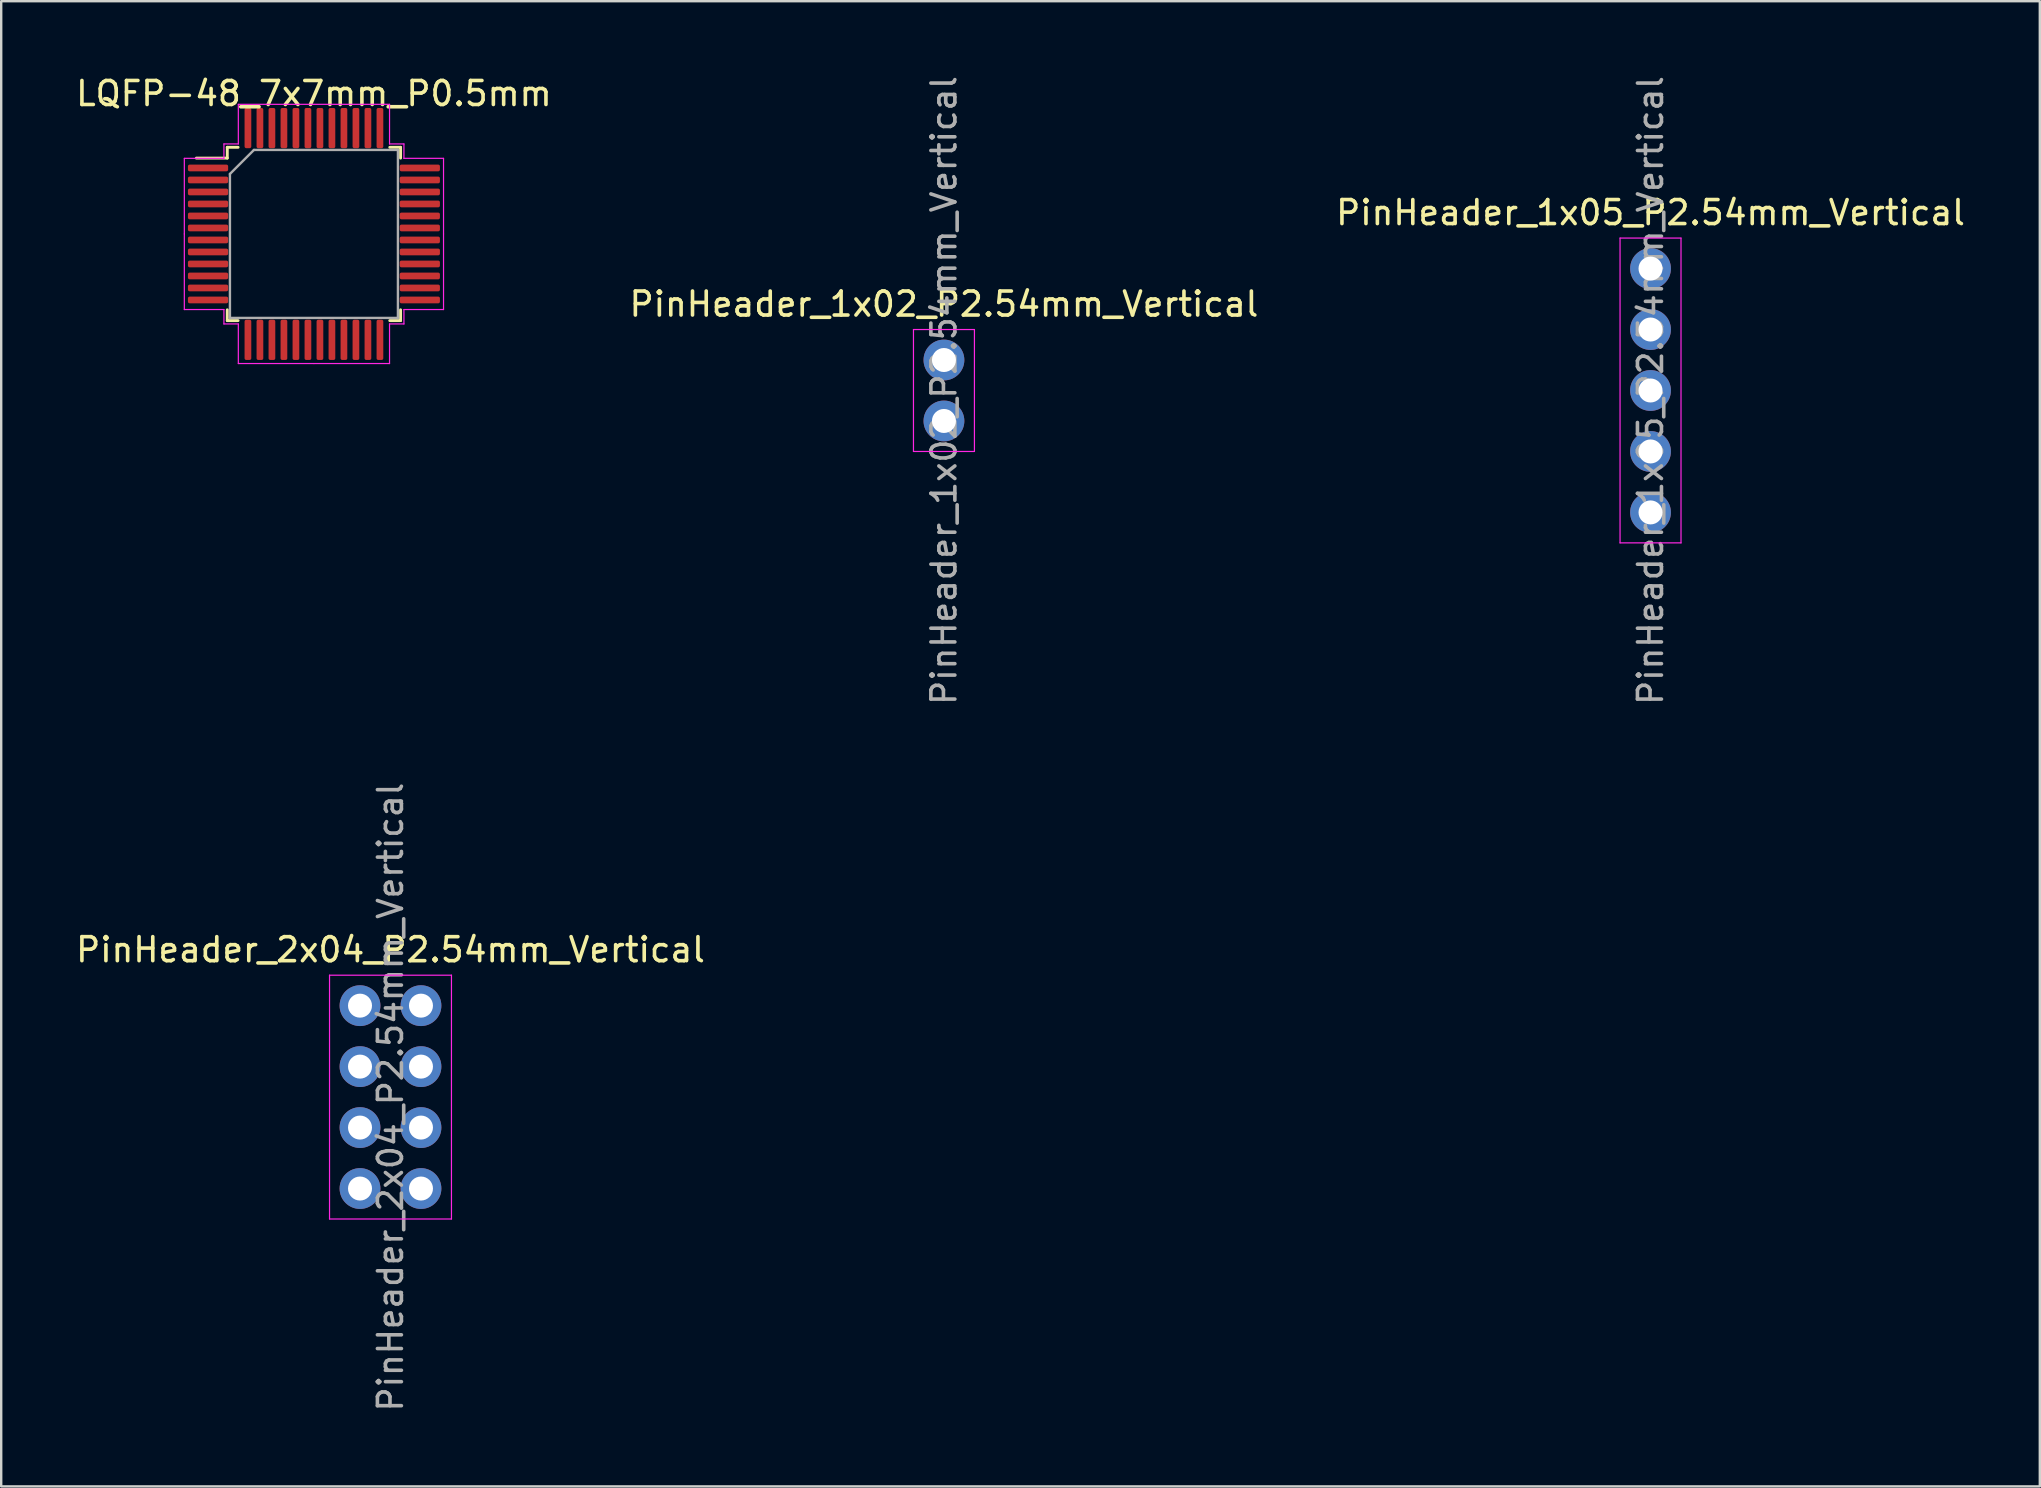
<source format=kicad_pcb>
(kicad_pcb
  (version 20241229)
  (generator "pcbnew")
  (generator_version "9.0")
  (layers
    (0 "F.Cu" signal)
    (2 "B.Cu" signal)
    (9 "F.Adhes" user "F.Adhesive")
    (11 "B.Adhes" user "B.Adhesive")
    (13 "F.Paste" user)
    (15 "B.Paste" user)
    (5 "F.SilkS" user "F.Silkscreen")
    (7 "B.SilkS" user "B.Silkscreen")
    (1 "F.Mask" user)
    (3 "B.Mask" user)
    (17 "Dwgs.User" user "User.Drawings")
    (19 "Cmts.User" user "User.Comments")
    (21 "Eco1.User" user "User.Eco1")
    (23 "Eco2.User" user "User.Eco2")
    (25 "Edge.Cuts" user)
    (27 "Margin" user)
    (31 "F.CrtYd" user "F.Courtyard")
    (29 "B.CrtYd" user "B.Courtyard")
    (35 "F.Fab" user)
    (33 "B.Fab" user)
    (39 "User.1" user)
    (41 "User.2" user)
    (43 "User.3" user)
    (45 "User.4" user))
  (footprint "PinHeader_1x02_P2.54mm_Vertical"
    (layer "F.Cu")
    (at 36.28 11.95)
    (property "Reference" "PinHeader_1x02_P2.54mm_Vertical" (at 0 -2.33 0) (layer "F.SilkS") (effects (font (size 1 1) (thickness 0.15))))
    (attr through_hole)
    (fp_line (start -1.27 -1.27) (end -1.27 3.81) (stroke (width 0.05) (type solid)) (layer "F.CrtYd"))
    (fp_line (start -1.27 3.81) (end 1.27 3.81) (stroke (width 0.05) (type solid)) (layer "F.CrtYd"))
    (fp_line (start 1.27 -1.27) (end -1.27 -1.27) (stroke (width 0.05) (type solid)) (layer "F.CrtYd"))
    (fp_line (start 1.27 3.81) (end 1.27 -1.27) (stroke (width 0.05) (type solid)) (layer "F.CrtYd"))
    (fp_text user "${REFERENCE}" (at 0 1.27 90) (layer "F.Fab") (effects (font (size 1 1) (thickness 0.15))))
    (pad "1" thru_hole circle (at 0 0) (size 1.7 1.7) (drill 1) (layers "*.Cu" "*.Mask"))
    (pad "2" thru_hole oval (at 0 2.54) (size 1.7 1.7) (drill 1) (layers "*.Cu" "*.Mask")))
  (footprint "PinHeader_2x04_P2.54mm_Vertical"
    (layer "F.Cu")
    (at 11.95 38.851)
    (property "Reference" "PinHeader_2x04_P2.54mm_Vertical" (at 1.27 -2.33 0) (layer "F.SilkS") (effects (font (size 1 1) (thickness 0.15))))
    (attr through_hole)
    (fp_line (start -1.27 -1.27) (end -1.27 8.89) (stroke (width 0.05) (type solid)) (layer "F.CrtYd"))
    (fp_line (start -1.27 8.89) (end 3.81 8.89) (stroke (width 0.05) (type solid)) (layer "F.CrtYd"))
    (fp_line (start 3.81 -1.27) (end -1.27 -1.27) (stroke (width 0.05) (type solid)) (layer "F.CrtYd"))
    (fp_line (start 3.81 8.89) (end 3.81 -1.27) (stroke (width 0.05) (type solid)) (layer "F.CrtYd"))
    (fp_text user "${REFERENCE}" (at 1.27 3.81 90) (layer "F.Fab") (effects (font (size 1 1) (thickness 0.15))))
    (pad "1" thru_hole circle (at 0 0) (size 1.7 1.7) (drill 1) (layers "*.Cu" "*.Mask"))
    (pad "2" thru_hole oval (at 2.54 0) (size 1.7 1.7) (drill 1) (layers "*.Cu" "*.Mask"))
    (pad "3" thru_hole oval (at 0 2.54) (size 1.7 1.7) (drill 1) (layers "*.Cu" "*.Mask"))
    (pad "4" thru_hole oval (at 2.54 2.54) (size 1.7 1.7) (drill 1) (layers "*.Cu" "*.Mask"))
    (pad "5" thru_hole oval (at 0 5.08) (size 1.7 1.7) (drill 1) (layers "*.Cu" "*.Mask"))
    (pad "6" thru_hole oval (at 2.54 5.08) (size 1.7 1.7) (drill 1) (layers "*.Cu" "*.Mask"))
    (pad "7" thru_hole oval (at 0 7.62) (size 1.7 1.7) (drill 1) (layers "*.Cu" "*.Mask"))
    (pad "8" thru_hole oval (at 2.54 7.62) (size 1.7 1.7) (drill 1) (layers "*.Cu" "*.Mask")))
  (footprint "LQFP-48_7x7mm_P0.5mm"
    (layer "F.Cu")
    (at 10.03 6.698)
    (property "Reference" "LQFP-48_7x7mm_P0.5mm" (at 0 -5.85 0) (layer "F.SilkS") (effects (font (size 1 1) (thickness 0.15))))
    (attr smd)
    (fp_line (start -3.61 -3.61) (end -3.61 -3.16) (stroke (width 0.12) (type solid)) (layer "F.SilkS"))
    (fp_line (start -3.61 -3.16) (end -4.9 -3.16) (stroke (width 0.12) (type solid)) (layer "F.SilkS"))
    (fp_line (start -3.61 3.61) (end -3.61 3.16) (stroke (width 0.12) (type solid)) (layer "F.SilkS"))
    (fp_line (start -3.16 -3.61) (end -3.61 -3.61) (stroke (width 0.12) (type solid)) (layer "F.SilkS"))
    (fp_line (start -3.16 3.61) (end -3.61 3.61) (stroke (width 0.12) (type solid)) (layer "F.SilkS"))
    (fp_line (start 3.16 -3.61) (end 3.61 -3.61) (stroke (width 0.12) (type solid)) (layer "F.SilkS"))
    (fp_line (start 3.16 3.61) (end 3.61 3.61) (stroke (width 0.12) (type solid)) (layer "F.SilkS"))
    (fp_line (start 3.61 -3.61) (end 3.61 -3.16) (stroke (width 0.12) (type solid)) (layer "F.SilkS"))
    (fp_line (start 3.61 3.61) (end 3.61 3.16) (stroke (width 0.12) (type solid)) (layer "F.SilkS"))
    (fp_line (start -5.4 -3.15) (end -5.4 0) (stroke (width 0.05) (type solid)) (layer "F.CrtYd"))
    (fp_line (start -5.4 3.15) (end -5.4 0) (stroke (width 0.05) (type solid)) (layer "F.CrtYd"))
    (fp_line (start -3.75 -3.75) (end -3.75 -3.15) (stroke (width 0.05) (type solid)) (layer "F.CrtYd"))
    (fp_line (start -3.75 -3.15) (end -5.4 -3.15) (stroke (width 0.05) (type solid)) (layer "F.CrtYd"))
    (fp_line (start -3.75 3.15) (end -5.4 3.15) (stroke (width 0.05) (type solid)) (layer "F.CrtYd"))
    (fp_line (start -3.75 3.75) (end -3.75 3.15) (stroke (width 0.05) (type solid)) (layer "F.CrtYd"))
    (fp_line (start -3.15 -5.4) (end -3.15 -3.75) (stroke (width 0.05) (type solid)) (layer "F.CrtYd"))
    (fp_line (start -3.15 -3.75) (end -3.75 -3.75) (stroke (width 0.05) (type solid)) (layer "F.CrtYd"))
    (fp_line (start -3.15 3.75) (end -3.75 3.75) (stroke (width 0.05) (type solid)) (layer "F.CrtYd"))
    (fp_line (start -3.15 5.4) (end -3.15 3.75) (stroke (width 0.05) (type solid)) (layer "F.CrtYd"))
    (fp_line (start 0 -5.4) (end -3.15 -5.4) (stroke (width 0.05) (type solid)) (layer "F.CrtYd"))
    (fp_line (start 0 -5.4) (end 3.15 -5.4) (stroke (width 0.05) (type solid)) (layer "F.CrtYd"))
    (fp_line (start 0 5.4) (end -3.15 5.4) (stroke (width 0.05) (type solid)) (layer "F.CrtYd"))
    (fp_line (start 0 5.4) (end 3.15 5.4) (stroke (width 0.05) (type solid)) (layer "F.CrtYd"))
    (fp_line (start 3.15 -5.4) (end 3.15 -3.75) (stroke (width 0.05) (type solid)) (layer "F.CrtYd"))
    (fp_line (start 3.15 -3.75) (end 3.75 -3.75) (stroke (width 0.05) (type solid)) (layer "F.CrtYd"))
    (fp_line (start 3.15 3.75) (end 3.75 3.75) (stroke (width 0.05) (type solid)) (layer "F.CrtYd"))
    (fp_line (start 3.15 5.4) (end 3.15 3.75) (stroke (width 0.05) (type solid)) (layer "F.CrtYd"))
    (fp_line (start 3.75 -3.75) (end 3.75 -3.15) (stroke (width 0.05) (type solid)) (layer "F.CrtYd"))
    (fp_line (start 3.75 -3.15) (end 5.4 -3.15) (stroke (width 0.05) (type solid)) (layer "F.CrtYd"))
    (fp_line (start 3.75 3.15) (end 5.4 3.15) (stroke (width 0.05) (type solid)) (layer "F.CrtYd"))
    (fp_line (start 3.75 3.75) (end 3.75 3.15) (stroke (width 0.05) (type solid)) (layer "F.CrtYd"))
    (fp_line (start 5.4 -3.15) (end 5.4 0) (stroke (width 0.05) (type solid)) (layer "F.CrtYd"))
    (fp_line (start 5.4 3.15) (end 5.4 0) (stroke (width 0.05) (type solid)) (layer "F.CrtYd"))
    (fp_line (start -3.5 -2.5) (end -2.5 -3.5) (stroke (width 0.1) (type solid)) (layer "F.Fab"))
    (fp_line (start -3.5 3.5) (end -3.5 -2.5) (stroke (width 0.1) (type solid)) (layer "F.Fab"))
    (fp_line (start -2.5 -3.5) (end 3.5 -3.5) (stroke (width 0.1) (type solid)) (layer "F.Fab"))
    (fp_line (start 3.5 -3.5) (end 3.5 3.5) (stroke (width 0.1) (type solid)) (layer "F.Fab"))
    (fp_line (start 3.5 3.5) (end -3.5 3.5) (stroke (width 0.1) (type solid)) (layer "F.Fab"))
    (pad "1" smd roundrect (at -4.412 -2.75) (size 1.675 0.28) (layers "F.Cu" "F.Mask" "F.Paste") (roundrect_rratio 0.25))
    (pad "2" smd roundrect (at -4.412 -2.25) (size 1.675 0.28) (layers "F.Cu" "F.Mask" "F.Paste") (roundrect_rratio 0.25))
    (pad "3" smd roundrect (at -4.412 -1.75) (size 1.675 0.28) (layers "F.Cu" "F.Mask" "F.Paste") (roundrect_rratio 0.25))
    (pad "4" smd roundrect (at -4.412 -1.25) (size 1.675 0.28) (layers "F.Cu" "F.Mask" "F.Paste") (roundrect_rratio 0.25))
    (pad "5" smd roundrect (at -4.412 -0.75) (size 1.675 0.28) (layers "F.Cu" "F.Mask" "F.Paste") (roundrect_rratio 0.25))
    (pad "6" smd roundrect (at -4.412 -0.25) (size 1.675 0.28) (layers "F.Cu" "F.Mask" "F.Paste") (roundrect_rratio 0.25))
    (pad "7" smd roundrect (at -4.412 0.25) (size 1.675 0.28) (layers "F.Cu" "F.Mask" "F.Paste") (roundrect_rratio 0.25))
    (pad "8" smd roundrect (at -4.412 0.75) (size 1.675 0.28) (layers "F.Cu" "F.Mask" "F.Paste") (roundrect_rratio 0.25))
    (pad "9" smd roundrect (at -4.412 1.25) (size 1.675 0.28) (layers "F.Cu" "F.Mask" "F.Paste") (roundrect_rratio 0.25))
    (pad "10" smd roundrect (at -4.412 1.75) (size 1.675 0.28) (layers "F.Cu" "F.Mask" "F.Paste") (roundrect_rratio 0.25))
    (pad "11" smd roundrect (at -4.412 2.25) (size 1.675 0.28) (layers "F.Cu" "F.Mask" "F.Paste") (roundrect_rratio 0.25))
    (pad "12" smd roundrect (at -4.412 2.75) (size 1.675 0.28) (layers "F.Cu" "F.Mask" "F.Paste") (roundrect_rratio 0.25))
    (pad "13" smd roundrect (at -2.75 4.412) (size 0.28 1.675) (layers "F.Cu" "F.Mask" "F.Paste") (roundrect_rratio 0.25))
    (pad "14" smd roundrect (at -2.25 4.412) (size 0.28 1.675) (layers "F.Cu" "F.Mask" "F.Paste") (roundrect_rratio 0.25))
    (pad "15" smd roundrect (at -1.75 4.412) (size 0.28 1.675) (layers "F.Cu" "F.Mask" "F.Paste") (roundrect_rratio 0.25))
    (pad "16" smd roundrect (at -1.25 4.412) (size 0.28 1.675) (layers "F.Cu" "F.Mask" "F.Paste") (roundrect_rratio 0.25))
    (pad "17" smd roundrect (at -0.75 4.412) (size 0.28 1.675) (layers "F.Cu" "F.Mask" "F.Paste") (roundrect_rratio 0.25))
    (pad "18" smd roundrect (at -0.25 4.412) (size 0.28 1.675) (layers "F.Cu" "F.Mask" "F.Paste") (roundrect_rratio 0.25))
    (pad "19" smd roundrect (at 0.25 4.412) (size 0.28 1.675) (layers "F.Cu" "F.Mask" "F.Paste") (roundrect_rratio 0.25))
    (pad "20" smd roundrect (at 0.75 4.412) (size 0.28 1.675) (layers "F.Cu" "F.Mask" "F.Paste") (roundrect_rratio 0.25))
    (pad "21" smd roundrect (at 1.25 4.412) (size 0.28 1.675) (layers "F.Cu" "F.Mask" "F.Paste") (roundrect_rratio 0.25))
    (pad "22" smd roundrect (at 1.75 4.412) (size 0.28 1.675) (layers "F.Cu" "F.Mask" "F.Paste") (roundrect_rratio 0.25))
    (pad "23" smd roundrect (at 2.25 4.412) (size 0.28 1.675) (layers "F.Cu" "F.Mask" "F.Paste") (roundrect_rratio 0.25))
    (pad "24" smd roundrect (at 2.75 4.412) (size 0.28 1.675) (layers "F.Cu" "F.Mask" "F.Paste") (roundrect_rratio 0.25))
    (pad "25" smd roundrect (at 4.412 2.75) (size 1.675 0.28) (layers "F.Cu" "F.Mask" "F.Paste") (roundrect_rratio 0.25))
    (pad "26" smd roundrect (at 4.412 2.25) (size 1.675 0.28) (layers "F.Cu" "F.Mask" "F.Paste") (roundrect_rratio 0.25))
    (pad "27" smd roundrect (at 4.412 1.75) (size 1.675 0.28) (layers "F.Cu" "F.Mask" "F.Paste") (roundrect_rratio 0.25))
    (pad "28" smd roundrect (at 4.412 1.25) (size 1.675 0.28) (layers "F.Cu" "F.Mask" "F.Paste") (roundrect_rratio 0.25))
    (pad "29" smd roundrect (at 4.412 0.75) (size 1.675 0.28) (layers "F.Cu" "F.Mask" "F.Paste") (roundrect_rratio 0.25))
    (pad "30" smd roundrect (at 4.412 0.25) (size 1.675 0.28) (layers "F.Cu" "F.Mask" "F.Paste") (roundrect_rratio 0.25))
    (pad "31" smd roundrect (at 4.412 -0.25) (size 1.675 0.28) (layers "F.Cu" "F.Mask" "F.Paste") (roundrect_rratio 0.25))
    (pad "32" smd roundrect (at 4.412 -0.75) (size 1.675 0.28) (layers "F.Cu" "F.Mask" "F.Paste") (roundrect_rratio 0.25))
    (pad "33" smd roundrect (at 4.412 -1.25) (size 1.675 0.28) (layers "F.Cu" "F.Mask" "F.Paste") (roundrect_rratio 0.25))
    (pad "34" smd roundrect (at 4.412 -1.75) (size 1.675 0.28) (layers "F.Cu" "F.Mask" "F.Paste") (roundrect_rratio 0.25))
    (pad "35" smd roundrect (at 4.412 -2.25) (size 1.675 0.28) (layers "F.Cu" "F.Mask" "F.Paste") (roundrect_rratio 0.25))
    (pad "36" smd roundrect (at 4.412 -2.75) (size 1.675 0.28) (layers "F.Cu" "F.Mask" "F.Paste") (roundrect_rratio 0.25))
    (pad "37" smd roundrect (at 2.75 -4.412) (size 0.28 1.675) (layers "F.Cu" "F.Mask" "F.Paste") (roundrect_rratio 0.25))
    (pad "38" smd roundrect (at 2.25 -4.412) (size 0.28 1.675) (layers "F.Cu" "F.Mask" "F.Paste") (roundrect_rratio 0.25))
    (pad "39" smd roundrect (at 1.75 -4.412) (size 0.28 1.675) (layers "F.Cu" "F.Mask" "F.Paste") (roundrect_rratio 0.25))
    (pad "40" smd roundrect (at 1.25 -4.412) (size 0.28 1.675) (layers "F.Cu" "F.Mask" "F.Paste") (roundrect_rratio 0.25))
    (pad "41" smd roundrect (at 0.75 -4.412) (size 0.28 1.675) (layers "F.Cu" "F.Mask" "F.Paste") (roundrect_rratio 0.25))
    (pad "42" smd roundrect (at 0.25 -4.412) (size 0.28 1.675) (layers "F.Cu" "F.Mask" "F.Paste") (roundrect_rratio 0.25))
    (pad "43" smd roundrect (at -0.25 -4.412) (size 0.28 1.675) (layers "F.Cu" "F.Mask" "F.Paste") (roundrect_rratio 0.25))
    (pad "44" smd roundrect (at -0.75 -4.412) (size 0.28 1.675) (layers "F.Cu" "F.Mask" "F.Paste") (roundrect_rratio 0.25))
    (pad "45" smd roundrect (at -1.25 -4.412) (size 0.28 1.675) (layers "F.Cu" "F.Mask" "F.Paste") (roundrect_rratio 0.25))
    (pad "46" smd roundrect (at -1.75 -4.412) (size 0.28 1.675) (layers "F.Cu" "F.Mask" "F.Paste") (roundrect_rratio 0.25))
    (pad "47" smd roundrect (at -2.25 -4.412) (size 0.28 1.675) (layers "F.Cu" "F.Mask" "F.Paste") (roundrect_rratio 0.25))
    (pad "48" smd roundrect (at -2.75 -4.412) (size 0.28 1.675) (layers "F.Cu" "F.Mask" "F.Paste") (roundrect_rratio 0.25)))
  (footprint "PinHeader_1x05_P2.54mm_Vertical"
    (layer "F.Cu")
    (at 65.72 8.14)
    (property "Reference" "PinHeader_1x05_P2.54mm_Vertical" (at 0 -2.33 0) (layer "F.SilkS") (effects (font (size 1 1) (thickness 0.15))))
    (attr through_hole)
    (fp_line (start -1.27 -1.27) (end -1.27 11.43) (stroke (width 0.05) (type solid)) (layer "F.CrtYd"))
    (fp_line (start -1.27 11.43) (end 1.27 11.43) (stroke (width 0.05) (type solid)) (layer "F.CrtYd"))
    (fp_line (start 1.27 -1.27) (end -1.27 -1.27) (stroke (width 0.05) (type solid)) (layer "F.CrtYd"))
    (fp_line (start 1.27 11.43) (end 1.27 -1.27) (stroke (width 0.05) (type solid)) (layer "F.CrtYd"))
    (fp_text user "${REFERENCE}" (at 0 5.08 90) (layer "F.Fab") (effects (font (size 1 1) (thickness 0.15))))
    (pad "1" thru_hole circle (at 0 0) (size 1.7 1.7) (drill 1) (layers "*.Cu" "*.Mask"))
    (pad "2" thru_hole oval (at 0 2.54) (size 1.7 1.7) (drill 1) (layers "*.Cu" "*.Mask"))
    (pad "3" thru_hole oval (at 0 5.08) (size 1.7 1.7) (drill 1) (layers "*.Cu" "*.Mask"))
    (pad "4" thru_hole oval (at 0 7.62) (size 1.7 1.7) (drill 1) (layers "*.Cu" "*.Mask"))
    (pad "5" thru_hole oval (at 0 10.16) (size 1.7 1.7) (drill 1) (layers "*.Cu" "*.Mask")))
  (gr_rect
    (start -3 -3)
    (end 81.94 58.881)
    (stroke (width 0.1) (type default))
    (fill no)
    (layer "Edge.Cuts")))
</source>
